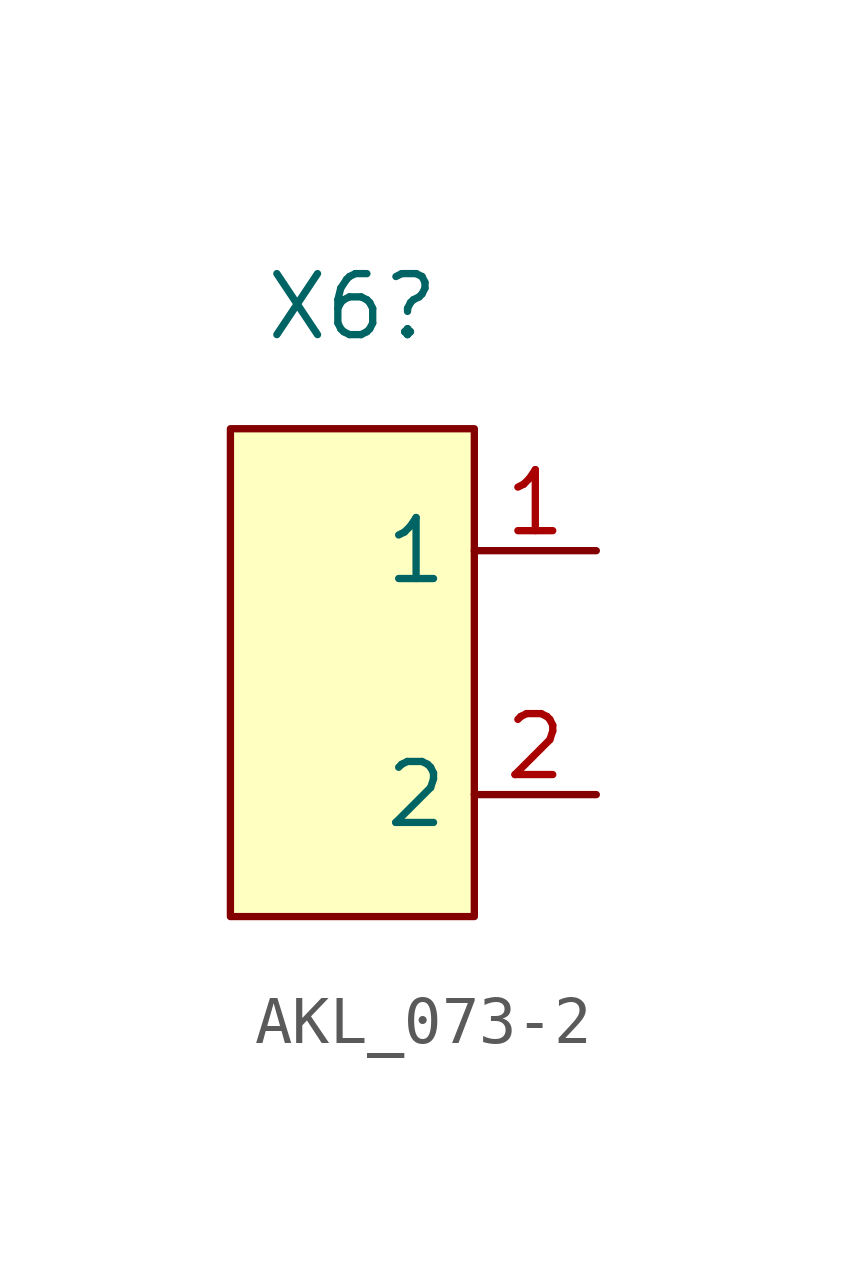
<source format=kicad_sym>
(kicad_symbol_lib
  (version 20241209)
  (generator "kicad_symbol_editor")
  (generator_version "9.0")
  (symbol "AKL_073-2"
    (property "Reference" "X6"
      (at 0 7.62 0)
      (effects (font (size 1.27 1.27))))
    (property "Value" ""
      (at 0 1.27 0)
      (effects (font (size 1.27 1.27))))
    (symbol "AKL_073-2_1_1"
      (rectangle (start -2.54 5.08) (end 2.54 -5.08) (stroke (width 0) (type default)) (fill (type color) (color 255 255 194 1)))
      (pin output line (at 5.08 2.54 180) (length 2.54) (name "1" (effects (font (size 1.27 1.27)))) (number "1" (effects (font (size 1.27 1.27)))))
      (pin bidirectional line (at 5.08 -2.54 180) (length 2.54) (name "2" (effects (font (size 1.27 1.27)))) (number "2" (effects (font (size 1.27 1.27))))))))
</source>
